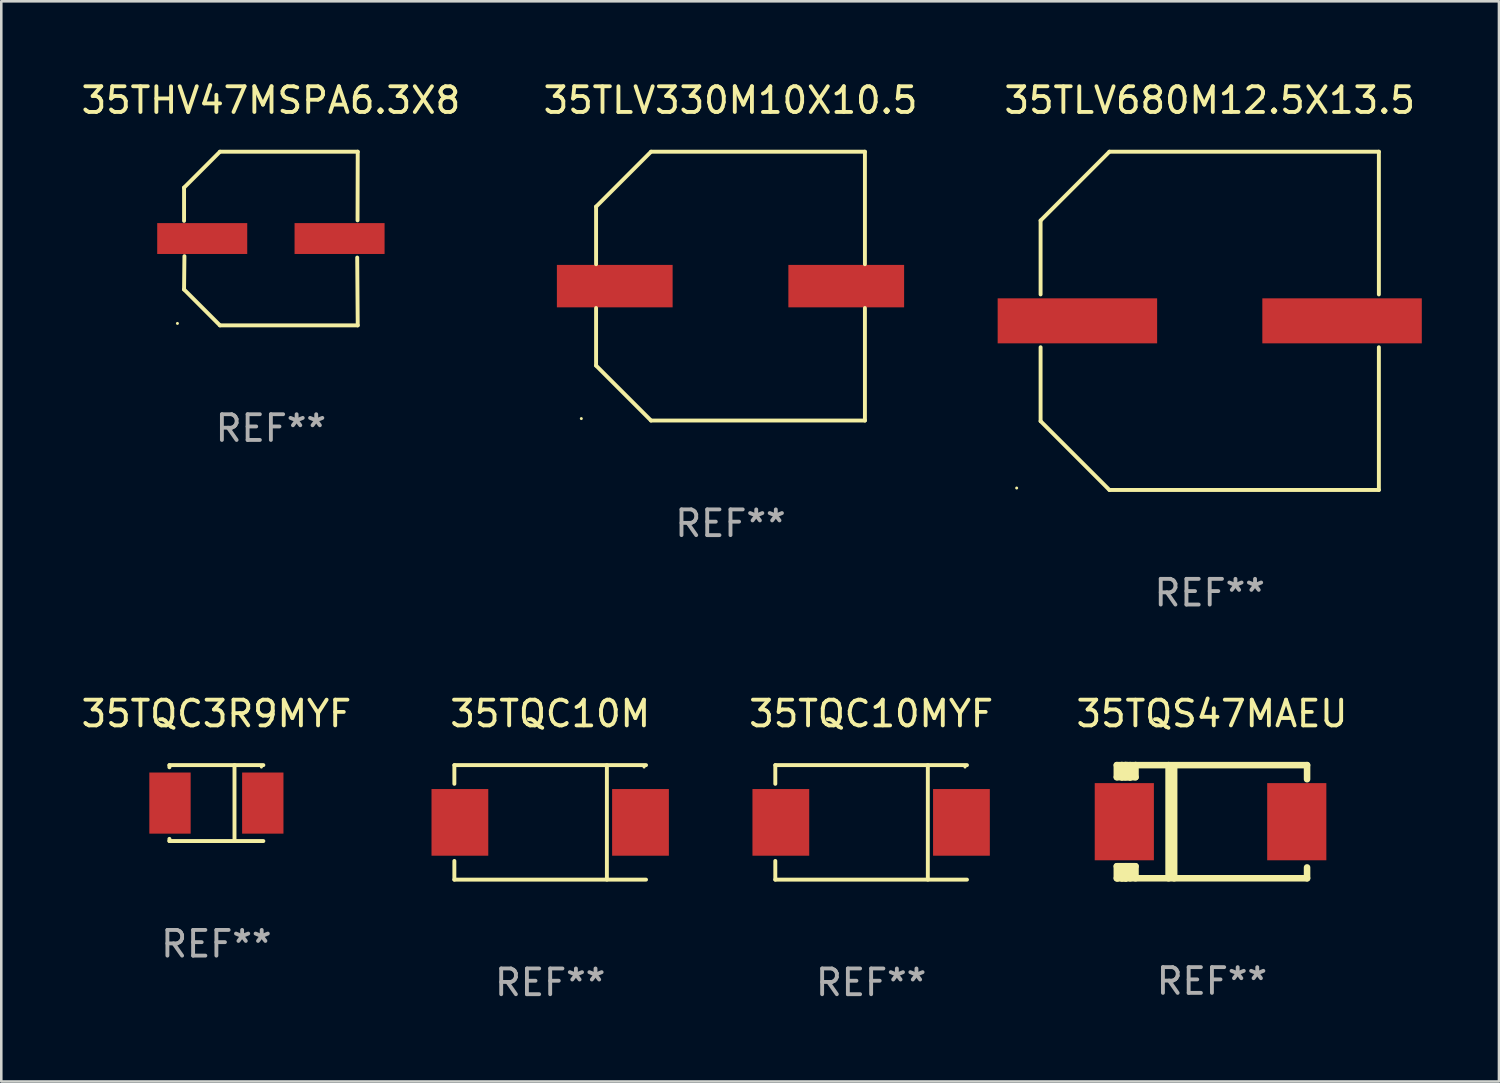
<source format=kicad_pcb>
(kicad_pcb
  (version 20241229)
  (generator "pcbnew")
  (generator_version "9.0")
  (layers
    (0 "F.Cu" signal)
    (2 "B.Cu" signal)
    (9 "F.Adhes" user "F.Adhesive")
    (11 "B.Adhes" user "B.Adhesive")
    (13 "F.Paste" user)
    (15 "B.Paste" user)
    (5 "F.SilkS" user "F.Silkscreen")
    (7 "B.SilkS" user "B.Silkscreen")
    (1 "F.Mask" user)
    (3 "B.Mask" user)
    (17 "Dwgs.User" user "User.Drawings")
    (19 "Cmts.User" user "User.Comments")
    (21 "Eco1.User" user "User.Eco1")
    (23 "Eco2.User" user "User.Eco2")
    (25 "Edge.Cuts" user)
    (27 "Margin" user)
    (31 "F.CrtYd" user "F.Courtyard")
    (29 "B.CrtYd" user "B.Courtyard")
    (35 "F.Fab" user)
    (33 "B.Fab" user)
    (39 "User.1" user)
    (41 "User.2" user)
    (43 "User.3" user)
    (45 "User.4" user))
  (footprint "35TQS47MAEU"
    (layer "F.Cu")
    (at 44.069 28.897)
    (property "Reference" "35TQS47MAEU" (at 0 -4.2 0) (layer "F.SilkS") (effects (font (size 1 1) (thickness 0.15))))
    (attr through_hole)
    (fp_line (start -3.698 -2.2) (end -3.502 -2.2) (stroke (width 0.254) (type solid)) (layer "F.SilkS"))
    (fp_line (start -3.698 -1.731) (end -3.698 -2.2) (stroke (width 0.254) (type solid)) (layer "F.SilkS"))
    (fp_line (start -3.698 -1.731) (end -3.502 -1.731) (stroke (width 0.254) (type solid)) (layer "F.SilkS"))
    (fp_line (start -3.698 1.731) (end -3.502 1.731) (stroke (width 0.254) (type solid)) (layer "F.SilkS"))
    (fp_line (start -3.698 2.2) (end -3.698 1.731) (stroke (width 0.254) (type solid)) (layer "F.SilkS"))
    (fp_line (start -3.66 2.2) (end -3.698 2.2) (stroke (width 0.254) (type solid)) (layer "F.SilkS"))
    (fp_line (start -3.66 2.2) (end -3.346 2.2) (stroke (width 0.254) (type solid)) (layer "F.SilkS"))
    (fp_line (start -3.502 -2.2) (end 3.698 -2.2) (stroke (width 0.254) (type solid)) (layer "F.SilkS"))
    (fp_line (start -3.502 -1.731) (end -3.502 -2.2) (stroke (width 0.254) (type solid)) (layer "F.SilkS"))
    (fp_line (start -3.502 1.731) (end -3.502 1.778) (stroke (width 0.254) (type solid)) (layer "F.SilkS"))
    (fp_line (start -3.502 1.731) (end -3.178 1.731) (stroke (width 0.254) (type solid)) (layer "F.SilkS"))
    (fp_line (start -3.502 1.778) (end -3.502 1.731) (stroke (width 0.254) (type solid)) (layer "F.SilkS"))
    (fp_line (start -3.502 2.2) (end -3.502 1.778) (stroke (width 0.254) (type solid)) (layer "F.SilkS"))
    (fp_line (start -3.502 2.2) (end 3.698 2.2) (stroke (width 0.254) (type solid)) (layer "F.SilkS"))
    (fp_line (start -3.367 -2.2) (end -3.367 -1.731) (stroke (width 0.254) (type solid)) (layer "F.SilkS"))
    (fp_line (start -3.346 1.731) (end -3.346 2.2) (stroke (width 0.254) (type solid)) (layer "F.SilkS"))
    (fp_line (start -3.346 2.2) (end -3.346 2.2) (stroke (width 0.254) (type solid)) (layer "F.SilkS"))
    (fp_line (start -3.332 1.731) (end -3.346 1.731) (stroke (width 0.254) (type solid)) (layer "F.SilkS"))
    (fp_line (start -3.303 -2.2) (end -3.367 -2.2) (stroke (width 0.254) (type solid)) (layer "F.SilkS"))
    (fp_line (start -3.179 -1.731) (end -3.179 -1.731) (stroke (width 0.254) (type solid)) (layer "F.SilkS"))
    (fp_line (start -3.179 1.731) (end -3.179 2.2) (stroke (width 0.254) (type solid)) (layer "F.SilkS"))
    (fp_line (start -3.178 -1.731) (end -3.502 -1.731) (stroke (width 0.254) (type solid)) (layer "F.SilkS"))
    (fp_line (start -3.178 -1.731) (end -3.179 -1.731) (stroke (width 0.254) (type solid)) (layer "F.SilkS"))
    (fp_line (start -3.178 -1.731) (end -3.178 -2.2) (stroke (width 0.254) (type solid)) (layer "F.SilkS"))
    (fp_line (start -3.178 1.731) (end -3.178 1.731) (stroke (width 0.254) (type solid)) (layer "F.SilkS"))
    (fp_line (start -2.972 -2.2) (end -2.972 -1.731) (stroke (width 0.254) (type solid)) (layer "F.SilkS"))
    (fp_line (start -2.972 -1.731) (end -3.502 -1.731) (stroke (width 0.254) (type solid)) (layer "F.SilkS"))
    (fp_line (start -2.972 1.731) (end -3.179 1.731) (stroke (width 0.254) (type solid)) (layer "F.SilkS"))
    (fp_line (start -2.972 1.731) (end -2.972 2.2) (stroke (width 0.254) (type solid)) (layer "F.SilkS"))
    (fp_line (start -2.957 -2.2) (end -2.972 -2.2) (stroke (width 0.254) (type solid)) (layer "F.SilkS"))
    (fp_line (start -1.686 -2.2) (end -1.686 2.2) (stroke (width 0.254) (type solid)) (layer "F.SilkS"))
    (fp_line (start -1.469 -2.159) (end -1.469 2.2) (stroke (width 0.254) (type solid)) (layer "F.SilkS"))
    (fp_line (start -1.452 -2.159) (end -1.469 -2.159) (stroke (width 0.254) (type solid)) (layer "F.SilkS"))
    (fp_line (start 3.698 -2.2) (end 3.698 -1.651) (stroke (width 0.254) (type solid)) (layer "F.SilkS"))
    (fp_line (start 3.698 2.2) (end 3.698 1.778) (stroke (width 0.254) (type solid)) (layer "F.SilkS"))
    (fp_circle (center -3.552 2.15) (end -3.522 2.15) (stroke (width 0.06) (type solid)) (fill no) (layer "F.SilkS"))
    (fp_text user "REF**" (at 0 6.2 0) (layer "F.Fab") (effects (font (size 1 1) (thickness 0.15))))
    (pad "1" smd rect (at -3.407 0) (size 2.3 3) (layers "F.Cu" "F.Mask" "F.Paste"))
    (pad "2" smd rect (at 3.298 0) (size 2.3 3) (layers "F.Cu" "F.Mask" "F.Paste")))
  (footprint "35TQC10MYF"
    (layer "F.Cu")
    (at 30.819 28.923)
    (property "Reference" "35TQC10MYF" (at 0 -4.226 0) (layer "F.SilkS") (effects (font (size 1 1) (thickness 0.15))))
    (attr through_hole)
    (fp_line (start -3.726 -2.226) (end -3.726 -1.499) (stroke (width 0.152) (type solid)) (layer "F.SilkS"))
    (fp_line (start -3.726 -2.226) (end 3.726 -2.226) (stroke (width 0.152) (type solid)) (layer "F.SilkS"))
    (fp_line (start -3.726 2.226) (end -3.726 1.499) (stroke (width 0.152) (type solid)) (layer "F.SilkS"))
    (fp_line (start -3.726 2.226) (end 3.726 2.226) (stroke (width 0.152) (type solid)) (layer "F.SilkS"))
    (fp_line (start 2.204 -2.226) (end 2.204 2.226) (stroke (width 0.152) (type solid)) (layer "F.SilkS"))
    (fp_circle (center 3.65 -2.15) (end 3.68 -2.15) (stroke (width 0.06) (type solid)) (fill no) (layer "F.SilkS"))
    (fp_text user "REF**" (at 0 6.226 0) (layer "F.Fab") (effects (font (size 1 1) (thickness 0.15))))
    (pad "1" smd rect (at 3.511 0) (size 2.207 2.592) (layers "F.Cu" "F.Mask" "F.Paste"))
    (pad "2" smd rect (at -3.511 0) (size 2.207 2.592) (layers "F.Cu" "F.Mask" "F.Paste")))
  (footprint "35TQC3R9MYF"
    (layer "F.Cu")
    (at 5.363 28.173)
    (property "Reference" "35TQC3R9MYF" (at 0 -3.476 0) (layer "F.SilkS") (effects (font (size 1 1) (thickness 0.15))))
    (attr through_hole)
    (fp_line (start -1.826 -1.476) (end -1.826 -1.391) (stroke (width 0.152) (type solid)) (layer "F.SilkS"))
    (fp_line (start -1.826 -1.476) (end 1.826 -1.476) (stroke (width 0.152) (type solid)) (layer "F.SilkS"))
    (fp_line (start -1.826 1.476) (end -1.826 1.391) (stroke (width 0.152) (type solid)) (layer "F.SilkS"))
    (fp_line (start -1.826 1.476) (end 1.826 1.476) (stroke (width 0.152) (type solid)) (layer "F.SilkS"))
    (fp_line (start 0.704 -1.476) (end 0.704 1.476) (stroke (width 0.152) (type solid)) (layer "F.SilkS"))
    (fp_circle (center 1.75 -1.4) (end 1.78 -1.4) (stroke (width 0.06) (type solid)) (fill no) (layer "F.SilkS"))
    (fp_text user "REF**" (at 0 5.476 0) (layer "F.Fab") (effects (font (size 1 1) (thickness 0.15))))
    (pad "1" smd rect (at 1.804 0) (size 1.607 2.376) (layers "F.Cu" "F.Mask" "F.Paste"))
    (pad "2" smd rect (at -1.804 0) (size 1.607 2.376) (layers "F.Cu" "F.Mask" "F.Paste")))
  (footprint "35THV47MSPA6.3X8"
    (layer "F.Cu")
    (at 7.482 6.224)
    (property "Reference" "35THV47MSPA6.3X8" (at 0 -5.376 0) (layer "F.SilkS") (effects (font (size 1 1) (thickness 0.15))))
    (attr through_hole)
    (fp_line (start -3.376 -1.98) (end -3.376 -0.686) (stroke (width 0.152) (type solid)) (layer "F.SilkS"))
    (fp_line (start -3.376 1.981) (end -3.362 0.686) (stroke (width 0.152) (type solid)) (layer "F.SilkS"))
    (fp_line (start -1.981 3.376) (end -3.376 1.981) (stroke (width 0.152) (type solid)) (layer "F.SilkS"))
    (fp_line (start -1.98 -3.376) (end -3.376 -1.98) (stroke (width 0.152) (type solid)) (layer "F.SilkS"))
    (fp_line (start 3.356 0.74) (end 3.376 3.376) (stroke (width 0.152) (type solid)) (layer "F.SilkS"))
    (fp_line (start 3.369 -0.707) (end 3.376 -3.376) (stroke (width 0.152) (type solid)) (layer "F.SilkS"))
    (fp_line (start 3.376 3.376) (end -1.981 3.376) (stroke (width 0.152) (type solid)) (layer "F.SilkS"))
    (fp_line (start 3.376 -3.376) (end -1.98 -3.376) (stroke (width 0.152) (type solid)) (layer "F.SilkS"))
    (fp_circle (center -3.634 3.3) (end -3.604 3.3) (stroke (width 0.06) (type solid)) (fill no) (layer "F.SilkS"))
    (fp_text user "REF**" (at 0 7.376 0) (layer "F.Fab") (effects (font (size 1 1) (thickness 0.15))))
    (pad "1" smd rect (at -2.67 0.000254) (size 3.5 1.2) (layers "F.Cu" "F.Mask" "F.Paste"))
    (pad "2" smd rect (at 2.67 0.000254) (size 3.5 1.2) (layers "F.Cu" "F.Mask" "F.Paste")))
  (footprint "35TLV680M12.5X13.5"
    (layer "F.Cu")
    (at 43.983 9.424)
    (property "Reference" "35TLV680M12.5X13.5" (at 0 -8.576 0) (layer "F.SilkS") (effects (font (size 1 1) (thickness 0.15))))
    (attr through_hole)
    (fp_line (start -6.576 -3.9) (end -6.576 -1.027) (stroke (width 0.152) (type solid)) (layer "F.SilkS"))
    (fp_line (start -6.576 3.9) (end -6.576 1.027) (stroke (width 0.152) (type solid)) (layer "F.SilkS"))
    (fp_line (start -3.9 -6.576) (end -6.576 -3.9) (stroke (width 0.152) (type solid)) (layer "F.SilkS"))
    (fp_line (start -3.9 6.576) (end -6.576 3.9) (stroke (width 0.152) (type solid)) (layer "F.SilkS"))
    (fp_line (start 6.576 -6.576) (end -3.9 -6.576) (stroke (width 0.152) (type solid)) (layer "F.SilkS"))
    (fp_line (start 6.576 -1.027) (end 6.576 -6.576) (stroke (width 0.152) (type solid)) (layer "F.SilkS"))
    (fp_line (start 6.576 1.027) (end 6.576 6.576) (stroke (width 0.152) (type solid)) (layer "F.SilkS"))
    (fp_line (start 6.576 6.576) (end -3.9 6.576) (stroke (width 0.152) (type solid)) (layer "F.SilkS"))
    (fp_circle (center -7.506 6.5) (end -7.476 6.5) (stroke (width 0.06) (type solid)) (fill no) (layer "F.SilkS"))
    (fp_text user "REF**" (at 0 10.576 0) (layer "F.Fab") (effects (font (size 1 1) (thickness 0.15))))
    (pad "1" smd rect (at -5.145 0) (size 6.2 1.75) (layers "F.Cu" "F.Mask" "F.Paste"))
    (pad "2" smd rect (at 5.145 0) (size 6.2 1.75) (layers "F.Cu" "F.Mask" "F.Paste")))
  (footprint "35TQC10M"
    (layer "F.Cu")
    (at 18.341 28.923)
    (property "Reference" "35TQC10M" (at 0 -4.226 0) (layer "F.SilkS") (effects (font (size 1 1) (thickness 0.15))))
    (attr through_hole)
    (fp_line (start -3.726 -2.226) (end -3.726 -1.499) (stroke (width 0.152) (type solid)) (layer "F.SilkS"))
    (fp_line (start -3.726 -2.226) (end 3.726 -2.226) (stroke (width 0.152) (type solid)) (layer "F.SilkS"))
    (fp_line (start -3.726 2.226) (end -3.726 1.499) (stroke (width 0.152) (type solid)) (layer "F.SilkS"))
    (fp_line (start -3.726 2.226) (end 3.726 2.226) (stroke (width 0.152) (type solid)) (layer "F.SilkS"))
    (fp_line (start 2.204 -2.226) (end 2.204 2.226) (stroke (width 0.152) (type solid)) (layer "F.SilkS"))
    (fp_circle (center 3.65 -2.15) (end 3.68 -2.15) (stroke (width 0.06) (type solid)) (fill no) (layer "F.SilkS"))
    (fp_text user "REF**" (at 0 6.226 0) (layer "F.Fab") (effects (font (size 1 1) (thickness 0.15))))
    (pad "1" smd rect (at 3.511 0) (size 2.207 2.592) (layers "F.Cu" "F.Mask" "F.Paste"))
    (pad "2" smd rect (at -3.511 0) (size 2.207 2.592) (layers "F.Cu" "F.Mask" "F.Paste")))
  (footprint "35TLV330M10X10.5"
    (layer "F.Cu")
    (at 25.351 8.074)
    (property "Reference" "35TLV330M10X10.5" (at 0 -7.226 0) (layer "F.SilkS") (effects (font (size 1 1) (thickness 0.15))))
    (attr through_hole)
    (fp_line (start -5.226 -3.09) (end -5.226 -0.852) (stroke (width 0.152) (type solid)) (layer "F.SilkS"))
    (fp_line (start -5.226 3.09) (end -5.226 0.852) (stroke (width 0.152) (type solid)) (layer "F.SilkS"))
    (fp_line (start -3.09 -5.226) (end -5.226 -3.09) (stroke (width 0.152) (type solid)) (layer "F.SilkS"))
    (fp_line (start -3.09 5.226) (end -5.226 3.09) (stroke (width 0.152) (type solid)) (layer "F.SilkS"))
    (fp_line (start 5.226 -5.226) (end -3.09 -5.226) (stroke (width 0.152) (type solid)) (layer "F.SilkS"))
    (fp_line (start 5.226 -0.852) (end 5.226 -5.226) (stroke (width 0.152) (type solid)) (layer "F.SilkS"))
    (fp_line (start 5.226 0.852) (end 5.226 5.226) (stroke (width 0.152) (type solid)) (layer "F.SilkS"))
    (fp_line (start 5.226 5.226) (end -3.09 5.226) (stroke (width 0.152) (type solid)) (layer "F.SilkS"))
    (fp_circle (center -5.8 5.15) (end -5.77 5.15) (stroke (width 0.06) (type solid)) (fill no) (layer "F.SilkS"))
    (fp_text user "REF**" (at 0 9.226 0) (layer "F.Fab") (effects (font (size 1 1) (thickness 0.15))))
    (pad "1" smd rect (at -4.5 0) (size 4.5 1.65) (layers "F.Cu" "F.Mask" "F.Paste"))
    (pad "2" smd rect (at 4.5 0) (size 4.5 1.65) (layers "F.Cu" "F.Mask" "F.Paste")))
  (gr_rect
    (start -3 -3)
    (end 55.228 38.998)
    (stroke (width 0.1) (type default))
    (fill no)
    (layer "Edge.Cuts")))
</source>
